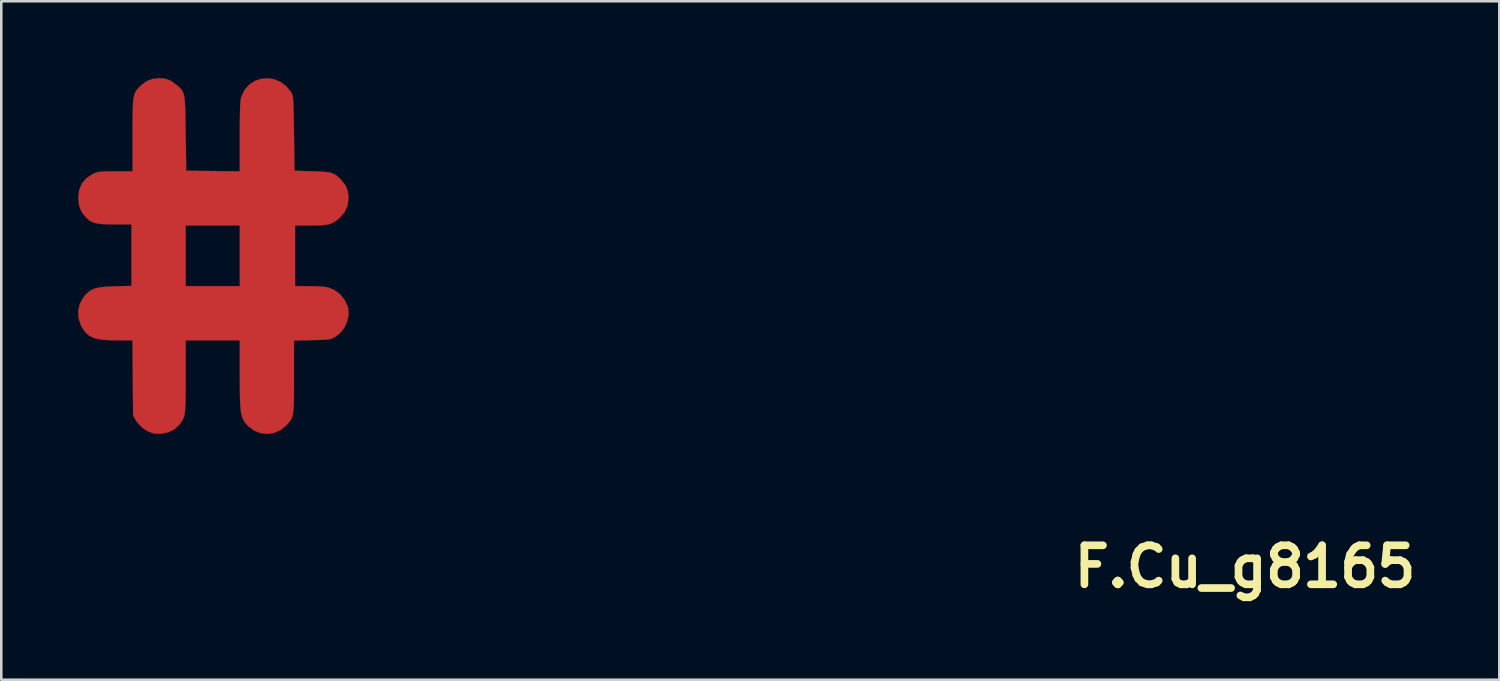
<source format=kicad_pcb>
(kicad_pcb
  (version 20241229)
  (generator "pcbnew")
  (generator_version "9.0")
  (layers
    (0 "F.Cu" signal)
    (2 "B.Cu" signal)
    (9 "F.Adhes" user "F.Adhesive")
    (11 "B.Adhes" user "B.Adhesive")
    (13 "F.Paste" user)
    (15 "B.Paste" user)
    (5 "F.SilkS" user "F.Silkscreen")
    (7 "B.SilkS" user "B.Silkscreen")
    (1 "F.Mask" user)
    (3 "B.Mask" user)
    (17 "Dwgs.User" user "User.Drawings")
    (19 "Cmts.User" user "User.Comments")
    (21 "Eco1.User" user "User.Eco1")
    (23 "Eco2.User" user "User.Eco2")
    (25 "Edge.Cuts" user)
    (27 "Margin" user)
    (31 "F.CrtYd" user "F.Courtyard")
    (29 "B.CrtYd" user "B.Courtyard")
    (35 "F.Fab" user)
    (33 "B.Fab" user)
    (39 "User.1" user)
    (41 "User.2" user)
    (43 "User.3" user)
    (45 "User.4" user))
  (footprint "F.Cu_g8165"
    (layer "F.Cu")
    (at 45.608 19.097)
    (property "Reference" "F.Cu_g8165" (at 0 0 0) (layer "F.SilkS") (effects (font (size 1.524 1.524) (thickness 0.3))))
    (attr through_hole)
    (fp_poly (pts (xy -42.173 -19.066) (xy -41.963 -18.979) (xy -41.752 -18.822) (xy -41.743 -18.814) (xy -41.661 -18.74) (xy -41.595 -18.674) (xy -41.542 -18.607) (xy -41.501 -18.529) (xy -41.47 -18.431) (xy -41.448 -18.303) (xy -41.432 -18.136) (xy -41.421 -17.922) (xy -41.413 -17.65) (xy -41.408 -17.311) (xy -41.402 -16.933) (xy -41.381 -15.473) (xy -39.285 -15.45) (xy -39.285 -16.819) (xy -39.285 -17.215) (xy -39.282 -17.536) (xy -39.278 -17.791) (xy -39.272 -17.989) (xy -39.262 -18.139) (xy -39.25 -18.251) (xy -39.234 -18.334) (xy -39.221 -18.378) (xy -39.093 -18.638) (xy -38.915 -18.84) (xy -38.699 -18.982) (xy -38.456 -19.066) (xy -38.2 -19.088) (xy -37.943 -19.048) (xy -37.696 -18.945) (xy -37.473 -18.778) (xy -37.285 -18.546) (xy -37.282 -18.542) (xy -37.257 -18.499) (xy -37.237 -18.453) (xy -37.221 -18.393) (xy -37.209 -18.311) (xy -37.199 -18.198) (xy -37.191 -18.044) (xy -37.184 -17.84) (xy -37.179 -17.577) (xy -37.173 -17.246) (xy -37.169 -16.933) (xy -37.148 -15.473) (xy -36.449 -15.452) (xy -36.163 -15.441) (xy -35.945 -15.427) (xy -35.781 -15.405) (xy -35.656 -15.37) (xy -35.553 -15.318) (xy -35.456 -15.245) (xy -35.352 -15.145) (xy -35.341 -15.134) (xy -35.17 -14.925) (xy -35.072 -14.706) (xy -35.037 -14.45) (xy -35.037 -14.413) (xy -35.075 -14.117) (xy -35.189 -13.857) (xy -35.377 -13.637) (xy -35.408 -13.611) (xy -35.54 -13.51) (xy -35.661 -13.437) (xy -35.791 -13.387) (xy -35.945 -13.357) (xy -36.143 -13.341) (xy -36.402 -13.335) (xy -36.511 -13.335) (xy -37.126 -13.335) (xy -37.126 -10.964) (xy -36.587 -10.963) (xy -36.361 -10.959) (xy -36.148 -10.95) (xy -35.971 -10.936) (xy -35.856 -10.919) (xy -35.6 -10.819) (xy -35.373 -10.652) (xy -35.193 -10.433) (xy -35.073 -10.178) (xy -35.053 -10.103) (xy -35.036 -9.841) (xy -35.091 -9.576) (xy -35.209 -9.328) (xy -35.381 -9.115) (xy -35.554 -8.984) (xy -35.63 -8.942) (xy -35.701 -8.911) (xy -35.783 -8.889) (xy -35.89 -8.875) (xy -36.039 -8.866) (xy -36.245 -8.859) (xy -36.46 -8.855) (xy -37.169 -8.841) (xy -37.169 -7.425) (xy -37.169 -7.019) (xy -37.17 -6.687) (xy -37.175 -6.422) (xy -37.184 -6.212) (xy -37.199 -6.048) (xy -37.221 -5.921) (xy -37.252 -5.82) (xy -37.294 -5.737) (xy -37.348 -5.662) (xy -37.415 -5.584) (xy -37.465 -5.529) (xy -37.688 -5.345) (xy -37.94 -5.232) (xy -38.208 -5.19) (xy -38.476 -5.22) (xy -38.731 -5.322) (xy -38.957 -5.496) (xy -38.983 -5.523) (xy -39.06 -5.611) (xy -39.123 -5.697) (xy -39.173 -5.792) (xy -39.211 -5.904) (xy -39.24 -6.044) (xy -39.26 -6.22) (xy -39.273 -6.443) (xy -39.281 -6.721) (xy -39.284 -7.064) (xy -39.285 -7.482) (xy -39.285 -7.501) (xy -39.285 -8.848) (xy -41.402 -8.848) (xy -41.402 -7.428) (xy -41.402 -7.023) (xy -41.404 -6.693) (xy -41.408 -6.428) (xy -41.417 -6.219) (xy -41.431 -6.055) (xy -41.451 -5.928) (xy -41.48 -5.827) (xy -41.517 -5.742) (xy -41.566 -5.664) (xy -41.626 -5.584) (xy -41.656 -5.545) (xy -41.847 -5.369) (xy -42.088 -5.25) (xy -42.359 -5.194) (xy -42.641 -5.206) (xy -42.661 -5.21) (xy -42.884 -5.29) (xy -43.099 -5.433) (xy -43.278 -5.617) (xy -43.338 -5.706) (xy -43.455 -5.905) (xy -43.468 -7.377) (xy -43.48 -8.848) (xy -44.108 -8.848) (xy -44.469 -8.857) (xy -44.759 -8.886) (xy -44.988 -8.941) (xy -45.169 -9.027) (xy -45.312 -9.148) (xy -45.429 -9.309) (xy -45.49 -9.422) (xy -45.588 -9.71) (xy -45.603 -9.998) (xy -45.536 -10.276) (xy -45.39 -10.536) (xy -45.334 -10.604) (xy -45.219 -10.72) (xy -45.099 -10.808) (xy -44.958 -10.87) (xy -44.781 -10.912) (xy -44.554 -10.939) (xy -44.261 -10.954) (xy -44.164 -10.957) (xy -43.519 -10.973) (xy -43.519 -13.335) (xy -41.402 -13.335) (xy -41.402 -10.964) (xy -39.285 -10.964) (xy -39.285 -13.335) (xy -41.402 -13.335) (xy -43.519 -13.335) (xy -43.519 -13.377) (xy -44.185 -13.378) (xy -44.488 -13.382) (xy -44.722 -13.395) (xy -44.901 -13.421) (xy -45.042 -13.464) (xy -45.158 -13.528) (xy -45.265 -13.618) (xy -45.326 -13.679) (xy -45.482 -13.891) (xy -45.571 -14.134) (xy -45.598 -14.422) (xy -45.563 -14.721) (xy -45.457 -14.975) (xy -45.279 -15.184) (xy -45.029 -15.349) (xy -44.979 -15.373) (xy -44.898 -15.403) (xy -44.802 -15.425) (xy -44.674 -15.439) (xy -44.499 -15.447) (xy -44.261 -15.45) (xy -44.143 -15.451) (xy -43.476 -15.452) (xy -43.475 -16.88) (xy -43.475 -17.294) (xy -43.473 -17.632) (xy -43.467 -17.905) (xy -43.457 -18.121) (xy -43.44 -18.29) (xy -43.414 -18.422) (xy -43.378 -18.526) (xy -43.331 -18.611) (xy -43.27 -18.687) (xy -43.194 -18.763) (xy -43.127 -18.825) (xy -42.922 -18.977) (xy -42.698 -19.063) (xy -42.43 -19.092) (xy -42.406 -19.092) (xy -42.173 -19.066)) (stroke (width 0.01) (type solid)) (fill yes) (layer "F.Cu")))
  (gr_rect
    (start -3 -3)
    (end 55.546 23.515)
    (stroke (width 0.1) (type default))
    (fill no)
    (layer "Edge.Cuts")))
</source>
